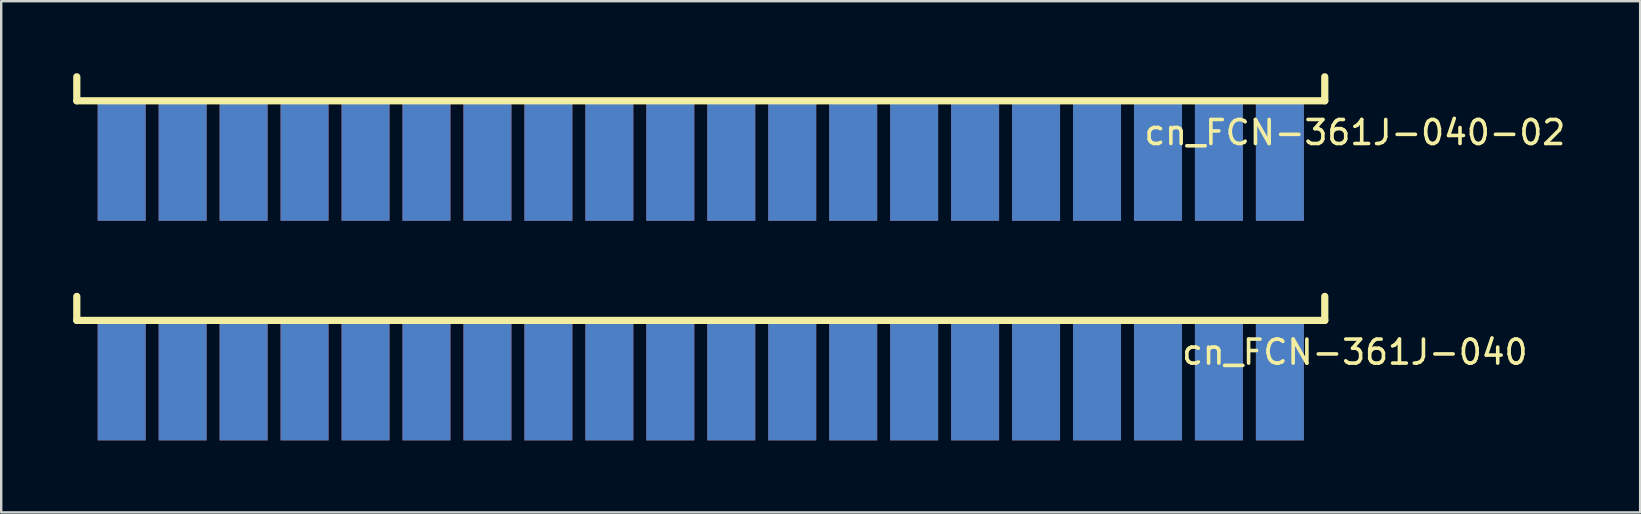
<source format=kicad_pcb>
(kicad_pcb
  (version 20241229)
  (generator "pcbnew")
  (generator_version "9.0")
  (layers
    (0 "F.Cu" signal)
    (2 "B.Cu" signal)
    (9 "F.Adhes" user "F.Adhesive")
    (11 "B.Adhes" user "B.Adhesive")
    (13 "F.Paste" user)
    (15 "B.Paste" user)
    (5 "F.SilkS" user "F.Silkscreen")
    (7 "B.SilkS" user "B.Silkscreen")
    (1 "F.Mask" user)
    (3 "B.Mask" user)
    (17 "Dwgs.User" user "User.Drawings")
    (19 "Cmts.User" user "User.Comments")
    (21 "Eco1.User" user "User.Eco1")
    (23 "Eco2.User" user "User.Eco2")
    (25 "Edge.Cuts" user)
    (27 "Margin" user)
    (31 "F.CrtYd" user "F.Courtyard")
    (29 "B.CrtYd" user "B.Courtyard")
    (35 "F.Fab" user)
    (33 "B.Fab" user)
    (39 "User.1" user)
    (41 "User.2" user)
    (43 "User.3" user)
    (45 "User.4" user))
  (footprint "cn_FCN-361J-040"
    (layer "F.Cu")
    (at 26.15 12.8)
    (property "Reference" "cn_FCN-361J-040" (at 27.254 -1.176 0) (layer "F.SilkS") (effects (font (size 1 1) (thickness 0.15))))
    (attr through_hole)
    (fp_line (start -26 -3.5) (end -26 -2.5) (stroke (width 0.3) (type solid)) (layer "F.SilkS"))
    (fp_line (start 26 -2.5) (end -26 -2.5) (stroke (width 0.3) (type solid)) (layer "F.SilkS"))
    (fp_line (start 26 -2.5) (end 26 -3.5) (stroke (width 0.3) (type solid)) (layer "F.SilkS"))
    (pad "A1" smd rect (at 24.13 0) (size 2 5) (layers "F.Cu" "F.Mask" "F.Paste"))
    (pad "A2" smd rect (at 21.59 0) (size 2 5) (layers "F.Cu" "F.Mask" "F.Paste"))
    (pad "A3" smd rect (at 19.05 0) (size 2 5) (layers "F.Cu" "F.Mask" "F.Paste"))
    (pad "A4" smd rect (at 16.51 0) (size 2 5) (layers "F.Cu" "F.Mask" "F.Paste"))
    (pad "A5" smd rect (at 13.97 0) (size 2 5) (layers "F.Cu" "F.Mask" "F.Paste"))
    (pad "A6" smd rect (at 11.43 0) (size 2 5) (layers "F.Cu" "F.Mask" "F.Paste"))
    (pad "A7" smd rect (at 8.89 0) (size 2 5) (layers "F.Cu" "F.Mask" "F.Paste"))
    (pad "A8" smd rect (at 6.35 0) (size 2 5) (layers "F.Cu" "F.Mask" "F.Paste"))
    (pad "A9" smd rect (at 3.81 0) (size 2 5) (layers "F.Cu" "F.Mask" "F.Paste"))
    (pad "A10" smd rect (at 1.27 0) (size 2 5) (layers "F.Cu" "F.Mask" "F.Paste"))
    (pad "A11" smd rect (at -1.27 0) (size 2 5) (layers "F.Cu" "F.Mask" "F.Paste"))
    (pad "A12" smd rect (at -3.81 0) (size 2 5) (layers "F.Cu" "F.Mask" "F.Paste"))
    (pad "A13" smd rect (at -6.35 0) (size 2 5) (layers "F.Cu" "F.Mask" "F.Paste"))
    (pad "A14" smd rect (at -8.89 0) (size 2 5) (layers "F.Cu" "F.Mask" "F.Paste"))
    (pad "A15" smd rect (at -11.43 0) (size 2 5) (layers "F.Cu" "F.Mask" "F.Paste"))
    (pad "A16" smd rect (at -13.97 0) (size 2 5) (layers "F.Cu" "F.Mask" "F.Paste"))
    (pad "A17" smd rect (at -16.51 0) (size 2 5) (layers "F.Cu" "F.Mask" "F.Paste"))
    (pad "A18" smd rect (at -19.05 0) (size 2 5) (layers "F.Cu" "F.Mask" "F.Paste"))
    (pad "A19" smd rect (at -21.59 0) (size 2 5) (layers "F.Cu" "F.Mask" "F.Paste"))
    (pad "A20" smd rect (at -24.13 0) (size 2 5) (layers "F.Cu" "F.Mask" "F.Paste"))
    (pad "B1" smd rect (at 24.13 0) (size 2 5) (layers "B.Cu" "B.Mask" "B.Paste"))
    (pad "B2" smd rect (at 21.59 0) (size 2 5) (layers "B.Cu" "B.Mask" "B.Paste"))
    (pad "B3" smd rect (at 19.05 0) (size 2 5) (layers "B.Cu" "B.Mask" "B.Paste"))
    (pad "B4" smd rect (at 16.51 0) (size 2 5) (layers "B.Cu" "B.Mask" "B.Paste"))
    (pad "B5" smd rect (at 13.97 0) (size 2 5) (layers "B.Cu" "B.Mask" "B.Paste"))
    (pad "B6" smd rect (at 11.43 0) (size 2 5) (layers "B.Cu" "B.Mask" "B.Paste"))
    (pad "B7" smd rect (at 8.89 0) (size 2 5) (layers "B.Cu" "B.Mask" "B.Paste"))
    (pad "B8" smd rect (at 6.35 0) (size 2 5) (layers "B.Cu" "B.Mask" "B.Paste"))
    (pad "B9" smd rect (at 3.81 0) (size 2 5) (layers "B.Cu" "B.Mask" "B.Paste"))
    (pad "B10" smd rect (at 1.27 0) (size 2 5) (layers "B.Cu" "B.Mask" "B.Paste"))
    (pad "B11" smd rect (at -1.27 0) (size 2 5) (layers "B.Cu" "B.Mask" "B.Paste"))
    (pad "B12" smd rect (at -3.81 0) (size 2 5) (layers "B.Cu" "B.Mask" "B.Paste"))
    (pad "B13" smd rect (at -6.35 0) (size 2 5) (layers "B.Cu" "B.Mask" "B.Paste"))
    (pad "B14" smd rect (at -8.89 0) (size 2 5) (layers "B.Cu" "B.Mask" "B.Paste"))
    (pad "B15" smd rect (at -11.43 0) (size 2 5) (layers "B.Cu" "B.Mask" "B.Paste"))
    (pad "B16" smd rect (at -13.97 0) (size 2 5) (layers "B.Cu" "B.Mask" "B.Paste"))
    (pad "B17" smd rect (at -16.51 0) (size 2 5) (layers "B.Cu" "B.Mask" "B.Paste"))
    (pad "B18" smd rect (at -19.05 0) (size 2 5) (layers "B.Cu" "B.Mask" "B.Paste"))
    (pad "B19" smd rect (at -21.59 0) (size 2 5) (layers "B.Cu" "B.Mask" "B.Paste"))
    (pad "B20" smd rect (at -24.13 0) (size 2 5) (layers "B.Cu" "B.Mask" "B.Paste")))
  (footprint "cn_FCN-361J-040-02"
    (layer "F.Cu")
    (at 26.15 3.65)
    (property "Reference" "cn_FCN-361J-040-02" (at 27.254 -1.176 0) (layer "F.SilkS") (effects (font (size 1 1) (thickness 0.15))))
    (attr through_hole)
    (fp_line (start -26 -3.5) (end -26 -2.5) (stroke (width 0.3) (type solid)) (layer "F.SilkS"))
    (fp_line (start 26 -2.5) (end -26 -2.5) (stroke (width 0.3) (type solid)) (layer "F.SilkS"))
    (fp_line (start 26 -2.5) (end 26 -3.5) (stroke (width 0.3) (type solid)) (layer "F.SilkS"))
    (pad "A1" smd rect (at 24.13 0) (size 2 5) (layers "F.Cu" "F.Mask" "F.Paste"))
    (pad "A2" smd rect (at 21.59 0) (size 2 5) (layers "F.Cu" "F.Mask" "F.Paste"))
    (pad "A3" smd rect (at 19.05 0) (size 2 5) (layers "F.Cu" "F.Mask" "F.Paste"))
    (pad "A4" smd rect (at 16.51 0) (size 2 5) (layers "F.Cu" "F.Mask" "F.Paste"))
    (pad "A5" smd rect (at 13.97 0) (size 2 5) (layers "F.Cu" "F.Mask" "F.Paste"))
    (pad "A6" smd rect (at 11.43 0) (size 2 5) (layers "F.Cu" "F.Mask" "F.Paste"))
    (pad "A7" smd rect (at 8.89 0) (size 2 5) (layers "F.Cu" "F.Mask" "F.Paste"))
    (pad "A8" smd rect (at 6.35 0) (size 2 5) (layers "F.Cu" "F.Mask" "F.Paste"))
    (pad "A9" smd rect (at 3.81 0) (size 2 5) (layers "F.Cu" "F.Mask" "F.Paste"))
    (pad "A10" smd rect (at 1.27 0) (size 2 5) (layers "F.Cu" "F.Mask" "F.Paste"))
    (pad "A11" smd rect (at -1.27 0) (size 2 5) (layers "F.Cu" "F.Mask" "F.Paste"))
    (pad "A12" smd rect (at -3.81 0) (size 2 5) (layers "F.Cu" "F.Mask" "F.Paste"))
    (pad "A13" smd rect (at -6.35 0) (size 2 5) (layers "F.Cu" "F.Mask" "F.Paste"))
    (pad "A14" smd rect (at -8.89 0) (size 2 5) (layers "F.Cu" "F.Mask" "F.Paste"))
    (pad "A15" smd rect (at -11.43 0) (size 2 5) (layers "F.Cu" "F.Mask" "F.Paste"))
    (pad "A16" smd rect (at -13.97 0) (size 2 5) (layers "F.Cu" "F.Mask" "F.Paste"))
    (pad "A17" smd rect (at -16.51 0) (size 2 5) (layers "F.Cu" "F.Mask" "F.Paste"))
    (pad "A18" smd rect (at -19.05 0) (size 2 5) (layers "F.Cu" "F.Mask" "F.Paste"))
    (pad "A19" smd rect (at -21.59 0) (size 2 5) (layers "F.Cu" "F.Mask" "F.Paste"))
    (pad "A20" smd rect (at -24.13 0) (size 2 5) (layers "F.Cu" "F.Mask" "F.Paste"))
    (pad "B1" smd rect (at 24.13 0) (size 2 5) (layers "B.Cu" "B.Mask" "B.Paste"))
    (pad "B2" smd rect (at 21.59 0) (size 2 5) (layers "B.Cu" "B.Mask" "B.Paste"))
    (pad "B3" smd rect (at 19.05 0) (size 2 5) (layers "B.Cu" "B.Mask" "B.Paste"))
    (pad "B4" smd rect (at 16.51 0) (size 2 5) (layers "B.Cu" "B.Mask" "B.Paste"))
    (pad "B5" smd rect (at 13.97 0) (size 2 5) (layers "B.Cu" "B.Mask" "B.Paste"))
    (pad "B6" smd rect (at 11.43 0) (size 2 5) (layers "B.Cu" "B.Mask" "B.Paste"))
    (pad "B7" smd rect (at 8.89 0) (size 2 5) (layers "B.Cu" "B.Mask" "B.Paste"))
    (pad "B8" smd rect (at 6.35 0) (size 2 5) (layers "B.Cu" "B.Mask" "B.Paste"))
    (pad "B9" smd rect (at 3.81 0) (size 2 5) (layers "B.Cu" "B.Mask" "B.Paste"))
    (pad "B10" smd rect (at 1.27 0) (size 2 5) (layers "B.Cu" "B.Mask" "B.Paste"))
    (pad "B11" smd rect (at -1.27 0) (size 2 5) (layers "B.Cu" "B.Mask" "B.Paste"))
    (pad "B12" smd rect (at -3.81 0) (size 2 5) (layers "B.Cu" "B.Mask" "B.Paste"))
    (pad "B13" smd rect (at -6.35 0) (size 2 5) (layers "B.Cu" "B.Mask" "B.Paste"))
    (pad "B14" smd rect (at -8.89 0) (size 2 5) (layers "B.Cu" "B.Mask" "B.Paste"))
    (pad "B15" smd rect (at -11.43 0) (size 2 5) (layers "B.Cu" "B.Mask" "B.Paste"))
    (pad "B16" smd rect (at -13.97 0) (size 2 5) (layers "B.Cu" "B.Mask" "B.Paste"))
    (pad "B17" smd rect (at -16.51 0) (size 2 5) (layers "B.Cu" "B.Mask" "B.Paste"))
    (pad "B18" smd rect (at -19.05 0) (size 2 5) (layers "B.Cu" "B.Mask" "B.Paste"))
    (pad "B19" smd rect (at -21.59 0) (size 2 5) (layers "B.Cu" "B.Mask" "B.Paste"))
    (pad "B20" smd rect (at -24.13 0) (size 2 5) (layers "B.Cu" "B.Mask" "B.Paste")))
  (gr_rect
    (start -3 -3)
    (end 65.291 18.3)
    (stroke (width 0.1) (type default))
    (fill no)
    (layer "Edge.Cuts")))
</source>
